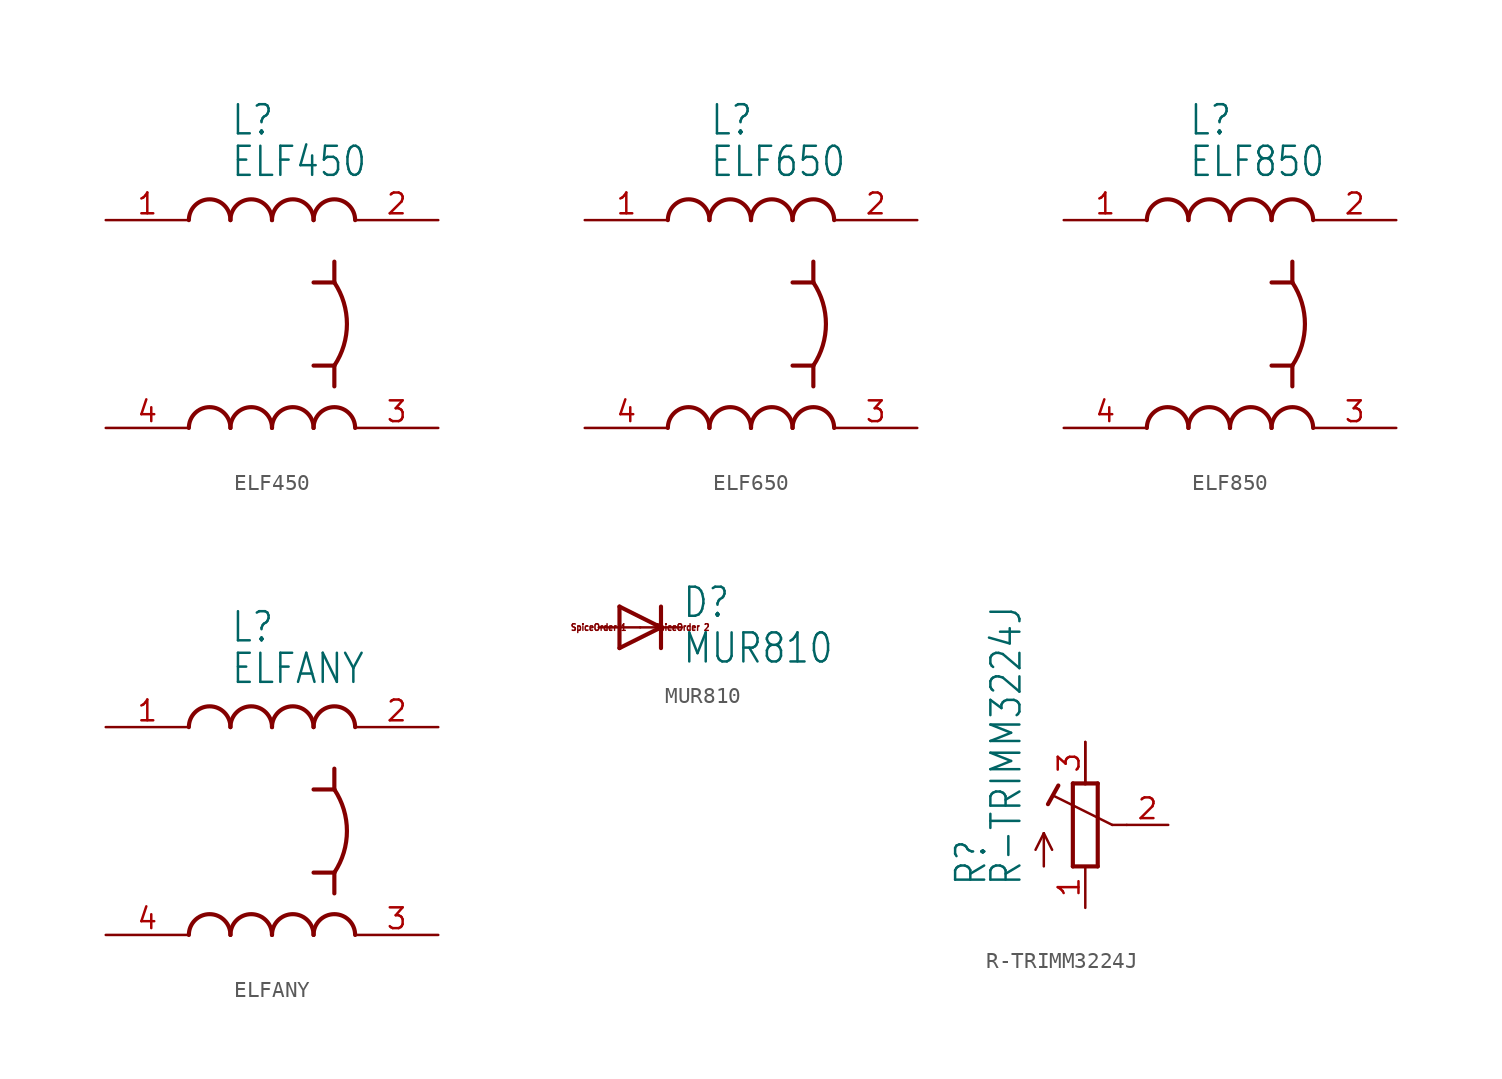
<source format=kicad_sym>
(kicad_symbol_lib
  (version 20211014)
  (generator kicad_symbol_editor)
  (symbol "ELF450"
    (property "Reference" "L"
      (at -1.27 11.43 0)
      (effects (font (size 1.778 1.511)) (justify left bottom)))
    (property "Value" "ELF450"
      (at -1.27 8.89 0)
      (effects (font (size 1.778 1.511)) (justify left bottom)))
    (property "ki_locked" ""
      (at 0 0 0)
      (effects (font (size 1.27 1.27))))
    (symbol "ELF450_1_0"
      (arc (start -1.27 -6.35) (mid -2.54 -5.08) (end -3.81 -6.35) (stroke (width 0.254) (type default) (color 0 0 0 0)) (fill (type none)))
      (arc (start -1.27 6.35) (mid -2.54 7.62) (end -3.81 6.35) (stroke (width 0.254) (type default) (color 0 0 0 0)) (fill (type none)))
      (polyline (pts (xy 3.81 2.54) (xy 5.08 2.54)) (stroke (width 0.254) (type default) (color 0 0 0 0)) (fill (type none)))
      (polyline (pts (xy 5.08 -2.54) (xy 3.81 -2.54)) (stroke (width 0.254) (type default) (color 0 0 0 0)) (fill (type none)))
      (polyline (pts (xy 5.08 -2.54) (xy 5.08 -3.81)) (stroke (width 0.254) (type default) (color 0 0 0 0)) (fill (type none)))
      (polyline (pts (xy 5.08 2.54) (xy 5.08 3.81)) (stroke (width 0.254) (type default) (color 0 0 0 0)) (fill (type none)))
      (arc (start 1.27 -6.35) (mid 0 -5.08) (end -1.27 -6.35) (stroke (width 0.254) (type default) (color 0 0 0 0)) (fill (type none)))
      (arc (start 1.27 6.35) (mid 0 7.62) (end -1.27 6.35) (stroke (width 0.254) (type default) (color 0 0 0 0)) (fill (type none)))
      (arc (start 3.81 -6.35) (mid 2.54 -5.08) (end 1.27 -6.35) (stroke (width 0.254) (type default) (color 0 0 0 0)) (fill (type none)))
      (arc (start 3.81 6.35) (mid 2.54 7.62) (end 1.27 6.35) (stroke (width 0.254) (type default) (color 0 0 0 0)) (fill (type none)))
      (arc (start 5.08 -2.54) (mid 5.849 0) (end 5.08 2.54) (stroke (width 0.254) (type default) (color 0 0 0 0)) (fill (type none)))
      (arc (start 6.35 -6.35) (mid 5.08 -5.08) (end 3.81 -6.35) (stroke (width 0.254) (type default) (color 0 0 0 0)) (fill (type none)))
      (arc (start 6.35 6.35) (mid 5.08 7.62) (end 3.81 6.35) (stroke (width 0.254) (type default) (color 0 0 0 0)) (fill (type none)))
      (pin input line (at -8.89 6.35 0) (length 5.08) (name "IN1" (effects (font (size 0 0)))) (number "1" (effects (font (size 1.27 1.27)))))
      (pin output line (at 11.43 6.35 180) (length 5.08) (name "OUT1" (effects (font (size 0 0)))) (number "2" (effects (font (size 1.27 1.27)))))
      (pin output line (at 11.43 -6.35 180) (length 5.08) (name "OUT2" (effects (font (size 0 0)))) (number "3" (effects (font (size 1.27 1.27)))))
      (pin input line (at -8.89 -6.35 0) (length 5.08) (name "IN2" (effects (font (size 0 0)))) (number "4" (effects (font (size 1.27 1.27)))))))
  (symbol "ELF650"
    (property "Reference" "L"
      (at -1.27 11.43 0)
      (effects (font (size 1.778 1.511)) (justify left bottom)))
    (property "Value" "ELF650"
      (at -1.27 8.89 0)
      (effects (font (size 1.778 1.511)) (justify left bottom)))
    (property "ki_locked" ""
      (at 0 0 0)
      (effects (font (size 1.27 1.27))))
    (symbol "ELF650_1_0"
      (arc (start -1.27 -6.35) (mid -2.54 -5.08) (end -3.81 -6.35) (stroke (width 0.254) (type default) (color 0 0 0 0)) (fill (type none)))
      (arc (start -1.27 6.35) (mid -2.54 7.62) (end -3.81 6.35) (stroke (width 0.254) (type default) (color 0 0 0 0)) (fill (type none)))
      (polyline (pts (xy 3.81 2.54) (xy 5.08 2.54)) (stroke (width 0.254) (type default) (color 0 0 0 0)) (fill (type none)))
      (polyline (pts (xy 5.08 -2.54) (xy 3.81 -2.54)) (stroke (width 0.254) (type default) (color 0 0 0 0)) (fill (type none)))
      (polyline (pts (xy 5.08 -2.54) (xy 5.08 -3.81)) (stroke (width 0.254) (type default) (color 0 0 0 0)) (fill (type none)))
      (polyline (pts (xy 5.08 2.54) (xy 5.08 3.81)) (stroke (width 0.254) (type default) (color 0 0 0 0)) (fill (type none)))
      (arc (start 1.27 -6.35) (mid 0 -5.08) (end -1.27 -6.35) (stroke (width 0.254) (type default) (color 0 0 0 0)) (fill (type none)))
      (arc (start 1.27 6.35) (mid 0 7.62) (end -1.27 6.35) (stroke (width 0.254) (type default) (color 0 0 0 0)) (fill (type none)))
      (arc (start 3.81 -6.35) (mid 2.54 -5.08) (end 1.27 -6.35) (stroke (width 0.254) (type default) (color 0 0 0 0)) (fill (type none)))
      (arc (start 3.81 6.35) (mid 2.54 7.62) (end 1.27 6.35) (stroke (width 0.254) (type default) (color 0 0 0 0)) (fill (type none)))
      (arc (start 5.08 -2.54) (mid 5.849 0) (end 5.08 2.54) (stroke (width 0.254) (type default) (color 0 0 0 0)) (fill (type none)))
      (arc (start 6.35 -6.35) (mid 5.08 -5.08) (end 3.81 -6.35) (stroke (width 0.254) (type default) (color 0 0 0 0)) (fill (type none)))
      (arc (start 6.35 6.35) (mid 5.08 7.62) (end 3.81 6.35) (stroke (width 0.254) (type default) (color 0 0 0 0)) (fill (type none)))
      (pin input line (at -8.89 6.35 0) (length 5.08) (name "IN1" (effects (font (size 0 0)))) (number "1" (effects (font (size 1.27 1.27)))))
      (pin output line (at 11.43 6.35 180) (length 5.08) (name "OUT1" (effects (font (size 0 0)))) (number "2" (effects (font (size 1.27 1.27)))))
      (pin output line (at 11.43 -6.35 180) (length 5.08) (name "OUT2" (effects (font (size 0 0)))) (number "3" (effects (font (size 1.27 1.27)))))
      (pin input line (at -8.89 -6.35 0) (length 5.08) (name "IN2" (effects (font (size 0 0)))) (number "4" (effects (font (size 1.27 1.27)))))))
  (symbol "ELF850"
    (property "Reference" "L"
      (at -1.27 11.43 0)
      (effects (font (size 1.778 1.511)) (justify left bottom)))
    (property "Value" "ELF850"
      (at -1.27 8.89 0)
      (effects (font (size 1.778 1.511)) (justify left bottom)))
    (property "ki_locked" ""
      (at 0 0 0)
      (effects (font (size 1.27 1.27))))
    (symbol "ELF850_1_0"
      (arc (start -1.27 -6.35) (mid -2.54 -5.08) (end -3.81 -6.35) (stroke (width 0.254) (type default) (color 0 0 0 0)) (fill (type none)))
      (arc (start -1.27 6.35) (mid -2.54 7.62) (end -3.81 6.35) (stroke (width 0.254) (type default) (color 0 0 0 0)) (fill (type none)))
      (polyline (pts (xy 3.81 2.54) (xy 5.08 2.54)) (stroke (width 0.254) (type default) (color 0 0 0 0)) (fill (type none)))
      (polyline (pts (xy 5.08 -2.54) (xy 3.81 -2.54)) (stroke (width 0.254) (type default) (color 0 0 0 0)) (fill (type none)))
      (polyline (pts (xy 5.08 -2.54) (xy 5.08 -3.81)) (stroke (width 0.254) (type default) (color 0 0 0 0)) (fill (type none)))
      (polyline (pts (xy 5.08 2.54) (xy 5.08 3.81)) (stroke (width 0.254) (type default) (color 0 0 0 0)) (fill (type none)))
      (arc (start 1.27 -6.35) (mid 0 -5.08) (end -1.27 -6.35) (stroke (width 0.254) (type default) (color 0 0 0 0)) (fill (type none)))
      (arc (start 1.27 6.35) (mid 0 7.62) (end -1.27 6.35) (stroke (width 0.254) (type default) (color 0 0 0 0)) (fill (type none)))
      (arc (start 3.81 -6.35) (mid 2.54 -5.08) (end 1.27 -6.35) (stroke (width 0.254) (type default) (color 0 0 0 0)) (fill (type none)))
      (arc (start 3.81 6.35) (mid 2.54 7.62) (end 1.27 6.35) (stroke (width 0.254) (type default) (color 0 0 0 0)) (fill (type none)))
      (arc (start 5.08 -2.54) (mid 5.849 0) (end 5.08 2.54) (stroke (width 0.254) (type default) (color 0 0 0 0)) (fill (type none)))
      (arc (start 6.35 -6.35) (mid 5.08 -5.08) (end 3.81 -6.35) (stroke (width 0.254) (type default) (color 0 0 0 0)) (fill (type none)))
      (arc (start 6.35 6.35) (mid 5.08 7.62) (end 3.81 6.35) (stroke (width 0.254) (type default) (color 0 0 0 0)) (fill (type none)))
      (pin input line (at -8.89 6.35 0) (length 5.08) (name "IN1" (effects (font (size 0 0)))) (number "1" (effects (font (size 1.27 1.27)))))
      (pin output line (at 11.43 6.35 180) (length 5.08) (name "OUT1" (effects (font (size 0 0)))) (number "2" (effects (font (size 1.27 1.27)))))
      (pin output line (at 11.43 -6.35 180) (length 5.08) (name "OUT2" (effects (font (size 0 0)))) (number "3" (effects (font (size 1.27 1.27)))))
      (pin input line (at -8.89 -6.35 0) (length 5.08) (name "IN2" (effects (font (size 0 0)))) (number "4" (effects (font (size 1.27 1.27)))))))
  (symbol "ELFANY"
    (property "Reference" "L"
      (at -1.27 11.43 0)
      (effects (font (size 1.778 1.511)) (justify left bottom)))
    (property "Value" "ELFANY"
      (at -1.27 8.89 0)
      (effects (font (size 1.778 1.511)) (justify left bottom)))
    (property "ki_locked" ""
      (at 0 0 0)
      (effects (font (size 1.27 1.27))))
    (symbol "ELFANY_1_0"
      (arc (start -1.27 -6.35) (mid -2.54 -5.08) (end -3.81 -6.35) (stroke (width 0.254) (type default) (color 0 0 0 0)) (fill (type none)))
      (arc (start -1.27 6.35) (mid -2.54 7.62) (end -3.81 6.35) (stroke (width 0.254) (type default) (color 0 0 0 0)) (fill (type none)))
      (polyline (pts (xy 3.81 2.54) (xy 5.08 2.54)) (stroke (width 0.254) (type default) (color 0 0 0 0)) (fill (type none)))
      (polyline (pts (xy 5.08 -2.54) (xy 3.81 -2.54)) (stroke (width 0.254) (type default) (color 0 0 0 0)) (fill (type none)))
      (polyline (pts (xy 5.08 -2.54) (xy 5.08 -3.81)) (stroke (width 0.254) (type default) (color 0 0 0 0)) (fill (type none)))
      (polyline (pts (xy 5.08 2.54) (xy 5.08 3.81)) (stroke (width 0.254) (type default) (color 0 0 0 0)) (fill (type none)))
      (arc (start 1.27 -6.35) (mid 0 -5.08) (end -1.27 -6.35) (stroke (width 0.254) (type default) (color 0 0 0 0)) (fill (type none)))
      (arc (start 1.27 6.35) (mid 0 7.62) (end -1.27 6.35) (stroke (width 0.254) (type default) (color 0 0 0 0)) (fill (type none)))
      (arc (start 3.81 -6.35) (mid 2.54 -5.08) (end 1.27 -6.35) (stroke (width 0.254) (type default) (color 0 0 0 0)) (fill (type none)))
      (arc (start 3.81 6.35) (mid 2.54 7.62) (end 1.27 6.35) (stroke (width 0.254) (type default) (color 0 0 0 0)) (fill (type none)))
      (arc (start 5.08 -2.54) (mid 5.849 0) (end 5.08 2.54) (stroke (width 0.254) (type default) (color 0 0 0 0)) (fill (type none)))
      (arc (start 6.35 -6.35) (mid 5.08 -5.08) (end 3.81 -6.35) (stroke (width 0.254) (type default) (color 0 0 0 0)) (fill (type none)))
      (arc (start 6.35 6.35) (mid 5.08 7.62) (end 3.81 6.35) (stroke (width 0.254) (type default) (color 0 0 0 0)) (fill (type none)))
      (pin input line (at -8.89 6.35 0) (length 5.08) (name "IN1" (effects (font (size 0 0)))) (number "1" (effects (font (size 1.27 1.27)))))
      (pin output line (at 11.43 6.35 180) (length 5.08) (name "OUT1" (effects (font (size 0 0)))) (number "2" (effects (font (size 1.27 1.27)))))
      (pin output line (at 11.43 -6.35 180) (length 5.08) (name "OUT2" (effects (font (size 0 0)))) (number "3" (effects (font (size 1.27 1.27)))))
      (pin input line (at -8.89 -6.35 0) (length 5.08) (name "IN2" (effects (font (size 0 0)))) (number "4" (effects (font (size 1.27 1.27)))))))
  (symbol "MUR810"
    (property "Reference" "D"
      (at 2.54 0.483 0)
      (effects (font (size 1.778 1.511)) (justify left bottom)))
    (property "Value" "MUR810"
      (at 2.54 -2.311 0)
      (effects (font (size 1.778 1.511)) (justify left bottom)))
    (property "ki_locked" ""
      (at 0 0 0)
      (effects (font (size 1.27 1.27))))
    (symbol "MUR810_1_0"
      (polyline (pts (xy -1.27 -1.27) (xy 1.27 0)) (stroke (width 0.254) (type default) (color 0 0 0 0)) (fill (type none)))
      (polyline (pts (xy -1.27 1.27) (xy -1.27 -1.27)) (stroke (width 0.254) (type default) (color 0 0 0 0)) (fill (type none)))
      (polyline (pts (xy 1.27 0) (xy -1.27 1.27)) (stroke (width 0.254) (type default) (color 0 0 0 0)) (fill (type none)))
      (polyline (pts (xy 1.27 0) (xy 1.27 -1.27)) (stroke (width 0.254) (type default) (color 0 0 0 0)) (fill (type none)))
      (polyline (pts (xy 1.27 1.27) (xy 1.27 0)) (stroke (width 0.254) (type default) (color 0 0 0 0)) (fill (type none)))
      (text "SpiceOrder 1" (at -2.54 0 0) (effects (font (size 0.406 0.345))))
      (text "SpiceOrder 2" (at 2.54 0 0) (effects (font (size 0.406 0.345))))
      (pin passive line (at -2.54 0 0) (length 2.54) (name "A" (effects (font (size 0 0)))) (number "A" (effects (font (size 0 0)))))
      (pin passive line (at 2.54 0 180) (length 2.54) (name "C" (effects (font (size 0 0)))) (number "C" (effects (font (size 0 0)))))))
  (symbol "R-TRIMM3224J"
    (property "Reference" "R"
      (at -5.969 -3.81 90)
      (effects (font (size 1.778 1.511)) (justify left bottom)))
    (property "Value" "R-TRIMM3224J"
      (at -3.81 -3.81 90)
      (effects (font (size 1.778 1.511)) (justify left bottom)))
    (property "ki_locked" ""
      (at 0 0 0)
      (effects (font (size 1.27 1.27))))
    (symbol "R-TRIMM3224J_1_0"
      (polyline (pts (xy -2.54 -2.54) (xy -2.54 -0.508)) (stroke (width 0.152) (type default) (color 0 0 0 0)) (fill (type none)))
      (polyline (pts (xy -2.54 -0.508) (xy -3.048 -1.524)) (stroke (width 0.152) (type default) (color 0 0 0 0)) (fill (type none)))
      (polyline (pts (xy -2.54 -0.508) (xy -2.032 -1.524)) (stroke (width 0.152) (type default) (color 0 0 0 0)) (fill (type none)))
      (polyline (pts (xy -2.286 1.27) (xy -1.651 2.413)) (stroke (width 0.254) (type default) (color 0 0 0 0)) (fill (type none)))
      (polyline (pts (xy -0.762 -2.54) (xy 0.762 -2.54)) (stroke (width 0.254) (type default) (color 0 0 0 0)) (fill (type none)))
      (polyline (pts (xy -0.762 2.54) (xy -0.762 -2.54)) (stroke (width 0.254) (type default) (color 0 0 0 0)) (fill (type none)))
      (polyline (pts (xy 0 2.54) (xy -0.762 2.54)) (stroke (width 0.254) (type default) (color 0 0 0 0)) (fill (type none)))
      (polyline (pts (xy 0 2.54) (xy 0 5.08)) (stroke (width 0.152) (type default) (color 0 0 0 0)) (fill (type none)))
      (polyline (pts (xy 0.762 -2.54) (xy 0.762 2.54)) (stroke (width 0.254) (type default) (color 0 0 0 0)) (fill (type none)))
      (polyline (pts (xy 0.762 2.54) (xy 0 2.54)) (stroke (width 0.254) (type default) (color 0 0 0 0)) (fill (type none)))
      (polyline (pts (xy 1.651 0) (xy -1.88 1.753)) (stroke (width 0.152) (type default) (color 0 0 0 0)) (fill (type none)))
      (polyline (pts (xy 2.54 0) (xy 1.651 0)) (stroke (width 0.152) (type default) (color 0 0 0 0)) (fill (type none)))
      (pin passive line (at 0 -5.08 90) (length 2.54) (name "A" (effects (font (size 0 0)))) (number "1" (effects (font (size 1.27 1.27)))))
      (pin passive line (at 5.08 0 180) (length 2.54) (name "S" (effects (font (size 0 0)))) (number "2" (effects (font (size 1.27 1.27)))))
      (pin passive line (at 0 5.08 270) (length 2.54) (name "E" (effects (font (size 0 0)))) (number "3" (effects (font (size 1.27 1.27))))))))
</source>
